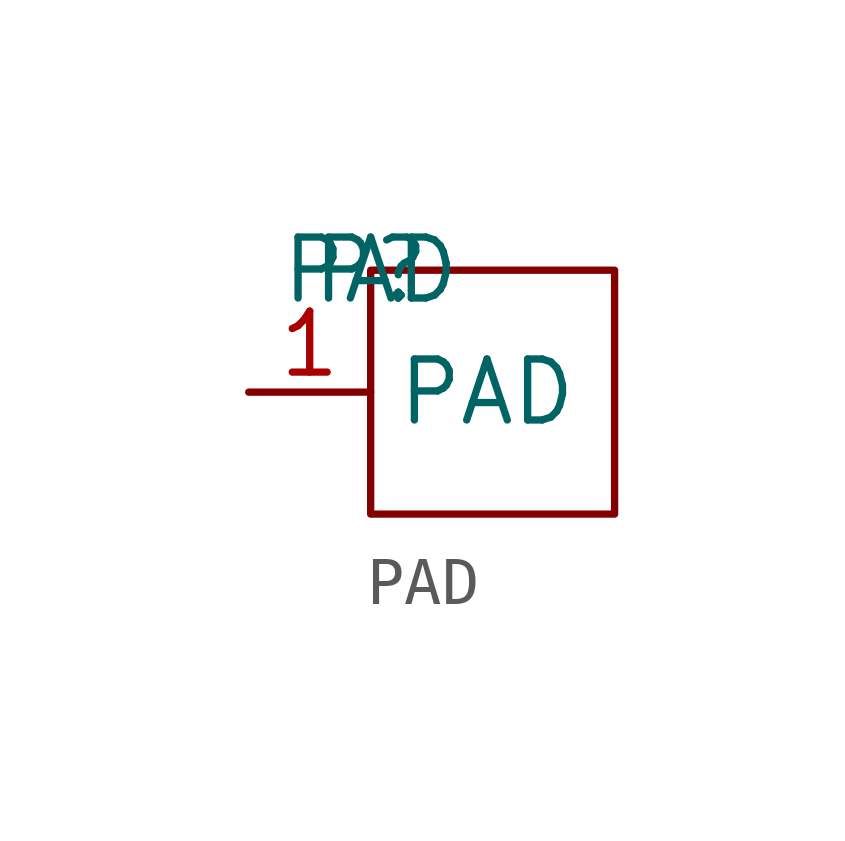
<source format=kicad_sym>
(kicad_symbol_lib
  (version 20211014)
  (generator kicad_symbol_editor)
  (symbol "PAD"
    (property "Reference" "P"
      (at 0 0 0)
      (effects (font (size 1.27 1.27))))
    (property "Value" "PAD"
      (at 0 0 0)
      (effects (font (size 1.27 1.27))))
    (symbol "PAD_0_1"
      (rectangle (start 0 0) (end 5.08 -5.08) (stroke (width 0) (type default) (color 0 0 0 0)) (fill (type none))))
    (symbol "PAD_1_1"
      (pin input line (at -2.54 -2.54 0) (length 2.54) (name "PAD" (effects (font (size 1.27 1.27)))) (number "1" (effects (font (size 1.27 1.27))))))))
</source>
